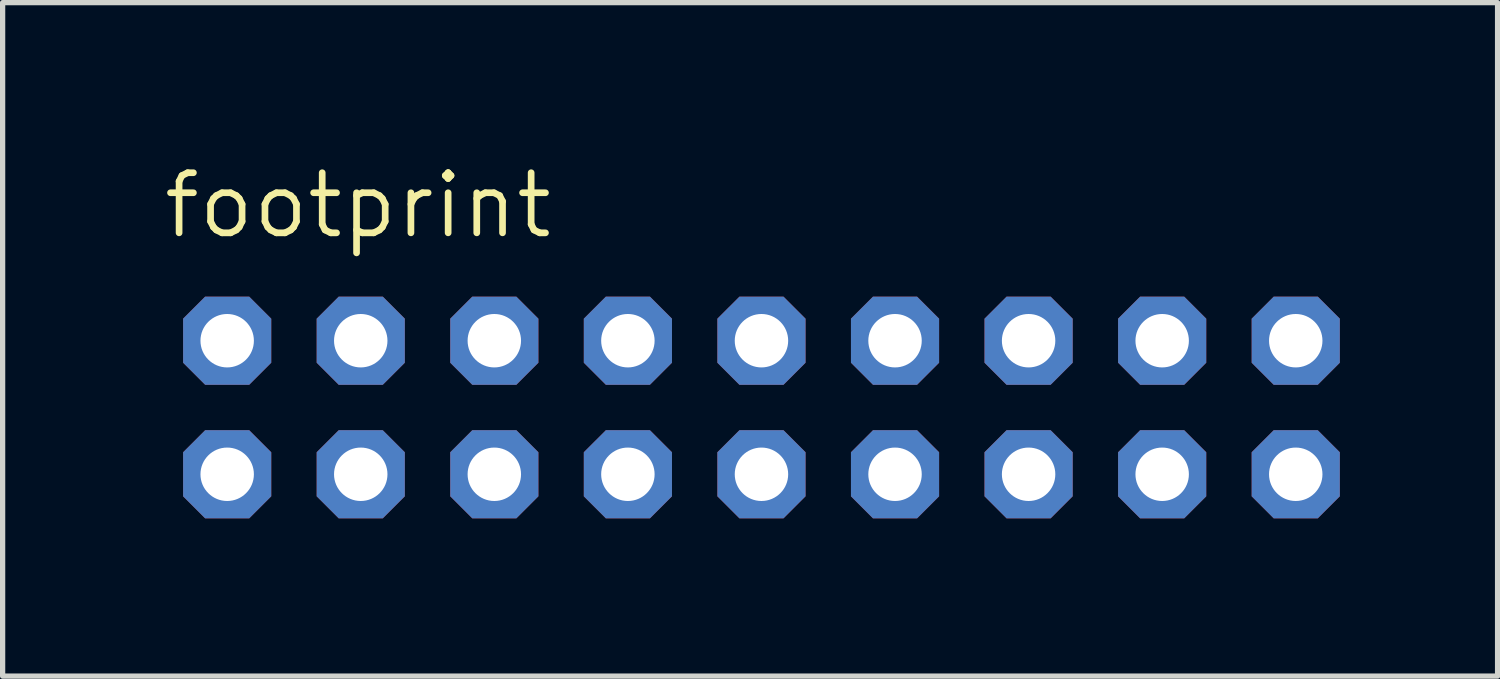
<source format=kicad_pcb>
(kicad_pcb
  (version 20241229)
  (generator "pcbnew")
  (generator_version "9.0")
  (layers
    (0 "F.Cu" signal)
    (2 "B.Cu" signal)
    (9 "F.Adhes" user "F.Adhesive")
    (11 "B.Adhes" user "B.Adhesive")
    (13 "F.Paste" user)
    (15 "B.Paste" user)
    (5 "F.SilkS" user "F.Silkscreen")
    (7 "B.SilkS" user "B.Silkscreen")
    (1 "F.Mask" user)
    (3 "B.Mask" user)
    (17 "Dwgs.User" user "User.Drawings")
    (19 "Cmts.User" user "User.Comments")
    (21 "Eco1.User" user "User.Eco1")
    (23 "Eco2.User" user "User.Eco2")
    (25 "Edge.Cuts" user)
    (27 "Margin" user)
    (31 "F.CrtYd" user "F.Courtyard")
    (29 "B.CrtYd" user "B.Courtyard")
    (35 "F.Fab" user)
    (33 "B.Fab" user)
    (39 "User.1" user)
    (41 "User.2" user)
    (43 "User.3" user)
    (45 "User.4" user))
  (footprint "footprint"
    (layer "F.Cu")
    (at 11.43 4.699)
    (property "Reference" "footprint" (at -11.43 -3.175 0) (layer "F.SilkS") (effects (font (size 1.143 1.143) (thickness 0.127)) (justify left bottom)))
    (fp_poly (pts (xy -10.414 -1.016) (xy -9.906 -1.016) (xy -9.906 -1.524) (xy -10.414 -1.524)) (stroke (width 0.1) (type solid)) (fill no) (layer "F.Fab"))
    (fp_poly (pts (xy -10.414 1.524) (xy -9.906 1.524) (xy -9.906 1.016) (xy -10.414 1.016)) (stroke (width 0.1) (type solid)) (fill no) (layer "F.Fab"))
    (fp_poly (pts (xy -7.874 -1.016) (xy -7.366 -1.016) (xy -7.366 -1.524) (xy -7.874 -1.524)) (stroke (width 0.1) (type solid)) (fill no) (layer "F.Fab"))
    (fp_poly (pts (xy -7.874 1.524) (xy -7.366 1.524) (xy -7.366 1.016) (xy -7.874 1.016)) (stroke (width 0.1) (type solid)) (fill no) (layer "F.Fab"))
    (fp_poly (pts (xy -5.334 -1.016) (xy -4.826 -1.016) (xy -4.826 -1.524) (xy -5.334 -1.524)) (stroke (width 0.1) (type solid)) (fill no) (layer "F.Fab"))
    (fp_poly (pts (xy -5.334 1.524) (xy -4.826 1.524) (xy -4.826 1.016) (xy -5.334 1.016)) (stroke (width 0.1) (type solid)) (fill no) (layer "F.Fab"))
    (fp_poly (pts (xy -2.794 -1.016) (xy -2.286 -1.016) (xy -2.286 -1.524) (xy -2.794 -1.524)) (stroke (width 0.1) (type solid)) (fill no) (layer "F.Fab"))
    (fp_poly (pts (xy -2.794 1.524) (xy -2.286 1.524) (xy -2.286 1.016) (xy -2.794 1.016)) (stroke (width 0.1) (type solid)) (fill no) (layer "F.Fab"))
    (fp_poly (pts (xy -0.254 -1.016) (xy 0.254 -1.016) (xy 0.254 -1.524) (xy -0.254 -1.524)) (stroke (width 0.1) (type solid)) (fill no) (layer "F.Fab"))
    (fp_poly (pts (xy -0.254 1.524) (xy 0.254 1.524) (xy 0.254 1.016) (xy -0.254 1.016)) (stroke (width 0.1) (type solid)) (fill no) (layer "F.Fab"))
    (fp_poly (pts (xy 2.286 -1.016) (xy 2.794 -1.016) (xy 2.794 -1.524) (xy 2.286 -1.524)) (stroke (width 0.1) (type solid)) (fill no) (layer "F.Fab"))
    (fp_poly (pts (xy 2.286 1.524) (xy 2.794 1.524) (xy 2.794 1.016) (xy 2.286 1.016)) (stroke (width 0.1) (type solid)) (fill no) (layer "F.Fab"))
    (fp_poly (pts (xy 4.826 -1.016) (xy 5.334 -1.016) (xy 5.334 -1.524) (xy 4.826 -1.524)) (stroke (width 0.1) (type solid)) (fill no) (layer "F.Fab"))
    (fp_poly (pts (xy 4.826 1.524) (xy 5.334 1.524) (xy 5.334 1.016) (xy 4.826 1.016)) (stroke (width 0.1) (type solid)) (fill no) (layer "F.Fab"))
    (fp_poly (pts (xy 7.366 -1.016) (xy 7.874 -1.016) (xy 7.874 -1.524) (xy 7.366 -1.524)) (stroke (width 0.1) (type solid)) (fill no) (layer "F.Fab"))
    (fp_poly (pts (xy 7.366 1.524) (xy 7.874 1.524) (xy 7.874 1.016) (xy 7.366 1.016)) (stroke (width 0.1) (type solid)) (fill no) (layer "F.Fab"))
    (fp_poly (pts (xy 9.906 -1.016) (xy 10.414 -1.016) (xy 10.414 -1.524) (xy 9.906 -1.524)) (stroke (width 0.1) (type solid)) (fill no) (layer "F.Fab"))
    (fp_poly (pts (xy 9.906 1.524) (xy 10.414 1.524) (xy 10.414 1.016) (xy 9.906 1.016)) (stroke (width 0.1) (type solid)) (fill no) (layer "F.Fab"))
    (pad "1" thru_hole roundrect (at -10.16 1.27) (size 1.676 1.676) (drill 1.016) (layers "*.Cu" "*.Mask") (roundrect_rratio 0.25) (chamfer_ratio 0.25) (chamfer top_left top_right bottom_left bottom_right))
    (pad "2" thru_hole roundrect (at -10.16 -1.27) (size 1.676 1.676) (drill 1.016) (layers "*.Cu" "*.Mask") (roundrect_rratio 0.25) (chamfer_ratio 0.25) (chamfer top_left top_right bottom_left bottom_right))
    (pad "3" thru_hole roundrect (at -7.62 1.27) (size 1.676 1.676) (drill 1.016) (layers "*.Cu" "*.Mask") (roundrect_rratio 0.25) (chamfer_ratio 0.25) (chamfer top_left top_right bottom_left bottom_right))
    (pad "4" thru_hole roundrect (at -7.62 -1.27) (size 1.676 1.676) (drill 1.016) (layers "*.Cu" "*.Mask") (roundrect_rratio 0.25) (chamfer_ratio 0.25) (chamfer top_left top_right bottom_left bottom_right))
    (pad "5" thru_hole roundrect (at -5.08 1.27) (size 1.676 1.676) (drill 1.016) (layers "*.Cu" "*.Mask") (roundrect_rratio 0.25) (chamfer_ratio 0.25) (chamfer top_left top_right bottom_left bottom_right))
    (pad "6" thru_hole roundrect (at -5.08 -1.27) (size 1.676 1.676) (drill 1.016) (layers "*.Cu" "*.Mask") (roundrect_rratio 0.25) (chamfer_ratio 0.25) (chamfer top_left top_right bottom_left bottom_right))
    (pad "7" thru_hole roundrect (at -2.54 1.27) (size 1.676 1.676) (drill 1.016) (layers "*.Cu" "*.Mask") (roundrect_rratio 0.25) (chamfer_ratio 0.25) (chamfer top_left top_right bottom_left bottom_right))
    (pad "8" thru_hole roundrect (at -2.54 -1.27) (size 1.676 1.676) (drill 1.016) (layers "*.Cu" "*.Mask") (roundrect_rratio 0.25) (chamfer_ratio 0.25) (chamfer top_left top_right bottom_left bottom_right))
    (pad "9" thru_hole roundrect (at 0 1.27) (size 1.676 1.676) (drill 1.016) (layers "*.Cu" "*.Mask") (roundrect_rratio 0.25) (chamfer_ratio 0.25) (chamfer top_left top_right bottom_left bottom_right))
    (pad "10" thru_hole roundrect (at 0 -1.27) (size 1.676 1.676) (drill 1.016) (layers "*.Cu" "*.Mask") (roundrect_rratio 0.25) (chamfer_ratio 0.25) (chamfer top_left top_right bottom_left bottom_right))
    (pad "11" thru_hole roundrect (at 2.54 1.27) (size 1.676 1.676) (drill 1.016) (layers "*.Cu" "*.Mask") (roundrect_rratio 0.25) (chamfer_ratio 0.25) (chamfer top_left top_right bottom_left bottom_right))
    (pad "12" thru_hole roundrect (at 2.54 -1.27) (size 1.676 1.676) (drill 1.016) (layers "*.Cu" "*.Mask") (roundrect_rratio 0.25) (chamfer_ratio 0.25) (chamfer top_left top_right bottom_left bottom_right))
    (pad "13" thru_hole roundrect (at 5.08 1.27) (size 1.676 1.676) (drill 1.016) (layers "*.Cu" "*.Mask") (roundrect_rratio 0.25) (chamfer_ratio 0.25) (chamfer top_left top_right bottom_left bottom_right))
    (pad "14" thru_hole roundrect (at 5.08 -1.27) (size 1.676 1.676) (drill 1.016) (layers "*.Cu" "*.Mask") (roundrect_rratio 0.25) (chamfer_ratio 0.25) (chamfer top_left top_right bottom_left bottom_right))
    (pad "15" thru_hole roundrect (at 7.62 1.27) (size 1.676 1.676) (drill 1.016) (layers "*.Cu" "*.Mask") (roundrect_rratio 0.25) (chamfer_ratio 0.25) (chamfer top_left top_right bottom_left bottom_right))
    (pad "16" thru_hole roundrect (at 7.62 -1.27) (size 1.676 1.676) (drill 1.016) (layers "*.Cu" "*.Mask") (roundrect_rratio 0.25) (chamfer_ratio 0.25) (chamfer top_left top_right bottom_left bottom_right))
    (pad "17" thru_hole roundrect (at 10.16 1.27) (size 1.676 1.676) (drill 1.016) (layers "*.Cu" "*.Mask") (roundrect_rratio 0.25) (chamfer_ratio 0.25) (chamfer top_left top_right bottom_left bottom_right))
    (pad "18" thru_hole roundrect (at 10.16 -1.27) (size 1.676 1.676) (drill 1.016) (layers "*.Cu" "*.Mask") (roundrect_rratio 0.25) (chamfer_ratio 0.25) (chamfer top_left top_right bottom_left bottom_right)))
  (gr_rect
    (start -3 -3)
    (end 25.428 9.807)
    (stroke (width 0.1) (type default))
    (fill no)
    (layer "Edge.Cuts")))
</source>
